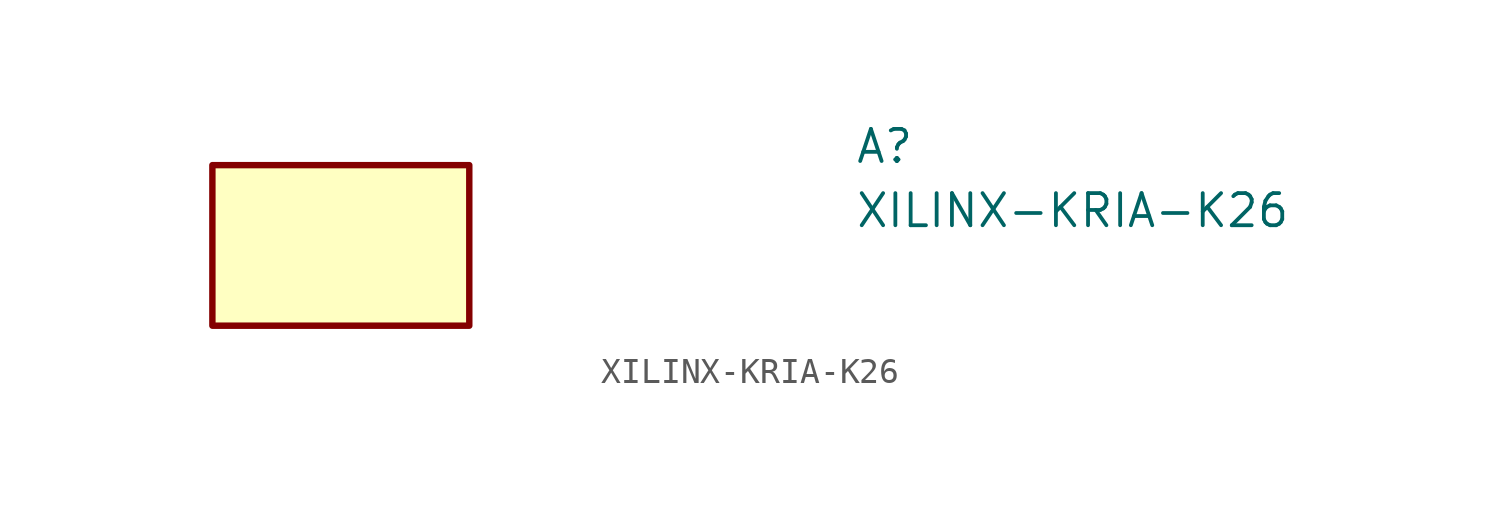
<source format=kicad_sym>
(kicad_symbol_lib
  (version 20211014)
  (generator kicad_symbol_editor)
  (symbol "XILINX-KRIA-K26"
    (property "Reference" "A"
      (at 25.4 0 0)
      (effects (font (size 1.27 1.27) (thickness 0.15)) (justify left bottom)))
    (property "Value" "XILINX-KRIA-K26"
      (at 25.4 -2.54 0)
      (effects (font (size 1.27 1.27) (thickness 0.15)) (justify left bottom)))
    (symbol "XILINX-KRIA-K26_1_1"
      (rectangle (start 10.16 -6.35) (end 0 0) (stroke (width 0.254) (type default) (color 0 0 0 0)) (fill (type background))))))
</source>
